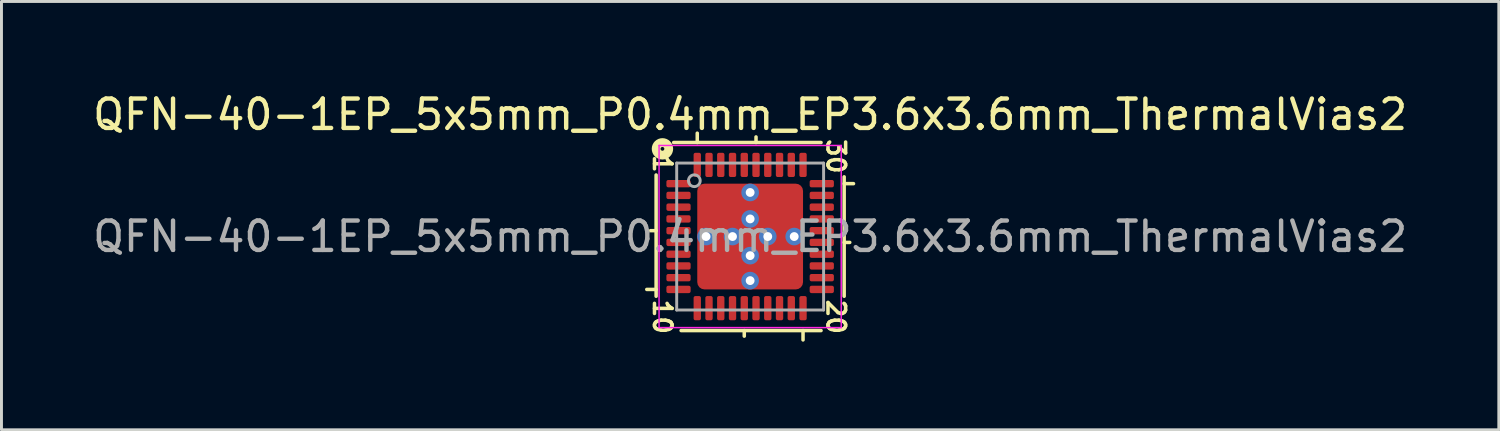
<source format=kicad_pcb>
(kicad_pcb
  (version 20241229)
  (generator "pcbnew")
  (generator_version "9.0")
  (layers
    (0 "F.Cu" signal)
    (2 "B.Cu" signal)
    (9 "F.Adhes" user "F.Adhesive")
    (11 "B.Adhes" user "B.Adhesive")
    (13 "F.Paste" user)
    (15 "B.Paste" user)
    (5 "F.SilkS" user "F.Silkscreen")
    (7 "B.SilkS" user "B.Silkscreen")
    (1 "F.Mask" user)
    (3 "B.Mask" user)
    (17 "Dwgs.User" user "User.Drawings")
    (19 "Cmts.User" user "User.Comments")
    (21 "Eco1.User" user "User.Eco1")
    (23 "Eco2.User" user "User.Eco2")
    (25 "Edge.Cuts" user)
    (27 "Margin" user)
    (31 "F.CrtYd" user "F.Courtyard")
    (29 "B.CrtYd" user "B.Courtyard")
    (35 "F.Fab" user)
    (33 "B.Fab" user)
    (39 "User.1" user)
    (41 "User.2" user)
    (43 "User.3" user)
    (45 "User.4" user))
  (footprint "QFN-40-1EP_5x5mm_P0.4mm_EP3.6x3.6mm_ThermalVias2"
    (layer "F.Cu")
    (at 22.482 5.001)
    (property "Reference" "QFN-40-1EP_5x5mm_P0.4mm_EP3.6x3.6mm_ThermalVias2" (at 0 -4.152 0) (layer "F.SilkS") (effects (font (size 1 1) (thickness 0.15))))
    (attr smd)
    (fp_line (start -3.2 -2.095) (end -3.2 2.032) (stroke (width 0.12) (type solid)) (layer "F.SilkS"))
    (fp_line (start -3.2 -0.2) (end -3.39 -0.2) (stroke (width 0.12) (type solid)) (layer "F.SilkS"))
    (fp_line (start -3.2 1.8) (end -3.518 1.8) (stroke (width 0.12) (type solid)) (layer "F.SilkS"))
    (fp_line (start -2.349 3.2) (end 2.413 3.2) (stroke (width 0.12) (type solid)) (layer "F.SilkS"))
    (fp_line (start -1.8 -3.2) (end -1.8 -3.518) (stroke (width 0.12) (type solid)) (layer "F.SilkS"))
    (fp_line (start -0.2 3.2) (end -0.2 3.39) (stroke (width 0.12) (type solid)) (layer "F.SilkS"))
    (fp_line (start 0.2 -3.2) (end 0.2 -3.39) (stroke (width 0.12) (type solid)) (layer "F.SilkS"))
    (fp_line (start 1.8 3.2) (end 1.8 3.518) (stroke (width 0.12) (type solid)) (layer "F.SilkS"))
    (fp_line (start 2.413 -3.2) (end -2.603 -3.2) (stroke (width 0.12) (type solid)) (layer "F.SilkS"))
    (fp_line (start 3.2 -1.8) (end 3.518 -1.8) (stroke (width 0.12) (type solid)) (layer "F.SilkS"))
    (fp_line (start 3.2 0.2) (end 3.39 0.2) (stroke (width 0.12) (type solid)) (layer "F.SilkS"))
    (fp_line (start 3.2 2.032) (end 3.2 -2.032) (stroke (width 0.12) (type solid)) (layer "F.SilkS"))
    (fp_circle (center -2.985 -2.985) (end -2.921 -2.985) (stroke (width 0.3) (type solid)) (fill no) (layer "F.SilkS"))
    (fp_line (start -3.1 -3.1) (end -3.1 3.1) (stroke (width 0.05) (type solid)) (layer "F.CrtYd"))
    (fp_line (start -3.1 3.1) (end 3.1 3.1) (stroke (width 0.05) (type solid)) (layer "F.CrtYd"))
    (fp_line (start 3.1 -3.1) (end -3.1 -3.1) (stroke (width 0.05) (type solid)) (layer "F.CrtYd"))
    (fp_line (start 3.1 3.1) (end 3.1 -3.1) (stroke (width 0.05) (type solid)) (layer "F.CrtYd"))
    (fp_line (start -2.5 -2.5) (end 2.5 -2.5) (stroke (width 0.1) (type solid)) (layer "F.Fab"))
    (fp_line (start -2.5 2.5) (end -2.5 -2.5) (stroke (width 0.1) (type solid)) (layer "F.Fab"))
    (fp_line (start 2.5 -2.5) (end 2.5 2.5) (stroke (width 0.1) (type solid)) (layer "F.Fab"))
    (fp_line (start 2.5 2.5) (end -2.5 2.5) (stroke (width 0.1) (type solid)) (layer "F.Fab"))
    (fp_circle (center -1.9 -1.9) (end -1.7 -1.9) (stroke (width 0.1) (type solid)) (fill no) (layer "F.Fab"))
    (fp_text user "20" (at 2.921 2.731 270) (unlocked yes) (layer "F.SilkS") (effects (font (size 0.6 0.6) (thickness 0.12))))
    (fp_text user "30" (at 2.921 -2.731 270) (unlocked yes) (layer "F.SilkS") (effects (font (size 0.6 0.6) (thickness 0.12))))
    (fp_text user "1" (at -2.985 -2.477 270) (unlocked yes) (layer "F.SilkS") (effects (font (size 0.6 0.6) (thickness 0.12))))
    (fp_text user "10" (at -2.985 2.731 270) (unlocked yes) (layer "F.SilkS") (effects (font (size 0.6 0.6) (thickness 0.12))))
    (fp_text user "${REFERENCE}" (at 0 0 0) (layer "F.Fab") (effects (font (size 1 1) (thickness 0.15))))
    (pad "" smd roundrect (at -1.35 -1.35) (size 0.5 0.5) (layers "F.Paste") (roundrect_rratio 0.25))
    (pad "" smd roundrect (at -1.35 -0.65) (size 0.5 0.5) (layers "F.Paste") (roundrect_rratio 0.25))
    (pad "" smd roundrect (at -1.35 0.65) (size 0.5 0.5) (layers "F.Paste") (roundrect_rratio 0.25))
    (pad "" smd roundrect (at -1.35 1.35) (size 0.5 0.5) (layers "F.Paste") (roundrect_rratio 0.25))
    (pad "" smd roundrect (at -1 -1) (size 1.4 1.4) (layers "F.Mask") (roundrect_rratio 0.179))
    (pad "" smd roundrect (at -1 1) (size 1.4 1.4) (layers "F.Mask") (roundrect_rratio 0.179))
    (pad "" smd roundrect (at -0.65 -1.35) (size 0.5 0.5) (layers "F.Paste") (roundrect_rratio 0.25))
    (pad "" smd roundrect (at -0.65 -0.65) (size 0.5 0.5) (layers "F.Paste") (roundrect_rratio 0.25))
    (pad "" smd roundrect (at -0.65 0.65) (size 0.5 0.5) (layers "F.Paste") (roundrect_rratio 0.25))
    (pad "" smd roundrect (at -0.65 1.35) (size 0.5 0.5) (layers "F.Paste") (roundrect_rratio 0.25))
    (pad "" smd roundrect (at 0.65 -1.35) (size 0.5 0.5) (layers "F.Paste") (roundrect_rratio 0.25))
    (pad "" smd roundrect (at 0.65 -0.65) (size 0.5 0.5) (layers "F.Paste") (roundrect_rratio 0.25))
    (pad "" smd roundrect (at 0.65 0.65) (size 0.5 0.5) (layers "F.Paste") (roundrect_rratio 0.25))
    (pad "" smd roundrect (at 0.65 1.35) (size 0.5 0.5) (layers "F.Paste") (roundrect_rratio 0.25))
    (pad "" smd roundrect (at 1 -1) (size 1.4 1.4) (layers "F.Mask") (roundrect_rratio 0.179))
    (pad "" smd roundrect (at 1 1) (size 1.4 1.4) (layers "F.Mask") (roundrect_rratio 0.179))
    (pad "" smd roundrect (at 1.35 -1.35) (size 0.5 0.5) (layers "F.Paste") (roundrect_rratio 0.25))
    (pad "" smd roundrect (at 1.35 -0.65) (size 0.5 0.5) (layers "F.Paste") (roundrect_rratio 0.25))
    (pad "" smd roundrect (at 1.35 0.65) (size 0.5 0.5) (layers "F.Paste") (roundrect_rratio 0.25))
    (pad "" smd roundrect (at 1.35 1.35) (size 0.5 0.5) (layers "F.Paste") (roundrect_rratio 0.25))
    (pad "1" smd roundrect (at -2.438 -1.8) (size 0.825 0.25) (layers "F.Cu" "F.Mask" "F.Paste") (roundrect_rratio 0.25))
    (pad "2" smd roundrect (at -2.438 -1.4) (size 0.825 0.25) (layers "F.Cu" "F.Mask" "F.Paste") (roundrect_rratio 0.25))
    (pad "3" smd roundrect (at -2.438 -1) (size 0.825 0.25) (layers "F.Cu" "F.Mask" "F.Paste") (roundrect_rratio 0.25))
    (pad "4" smd roundrect (at -2.438 -0.6) (size 0.825 0.25) (layers "F.Cu" "F.Mask" "F.Paste") (roundrect_rratio 0.25))
    (pad "5" smd roundrect (at -2.438 -0.2) (size 0.825 0.25) (layers "F.Cu" "F.Mask" "F.Paste") (roundrect_rratio 0.25))
    (pad "6" smd roundrect (at -2.438 0.2) (size 0.825 0.25) (layers "F.Cu" "F.Mask" "F.Paste") (roundrect_rratio 0.25))
    (pad "7" smd roundrect (at -2.438 0.6) (size 0.825 0.25) (layers "F.Cu" "F.Mask" "F.Paste") (roundrect_rratio 0.25))
    (pad "8" smd roundrect (at -2.438 1) (size 0.825 0.25) (layers "F.Cu" "F.Mask" "F.Paste") (roundrect_rratio 0.25))
    (pad "9" smd roundrect (at -2.438 1.4) (size 0.825 0.25) (layers "F.Cu" "F.Mask" "F.Paste") (roundrect_rratio 0.25))
    (pad "10" smd roundrect (at -2.438 1.8) (size 0.825 0.25) (layers "F.Cu" "F.Mask" "F.Paste") (roundrect_rratio 0.25))
    (pad "11" smd roundrect (at -1.8 2.438) (size 0.25 0.825) (layers "F.Cu" "F.Mask" "F.Paste") (roundrect_rratio 0.25))
    (pad "12" smd roundrect (at -1.4 2.438) (size 0.25 0.825) (layers "F.Cu" "F.Mask" "F.Paste") (roundrect_rratio 0.25))
    (pad "13" smd roundrect (at -1 2.438) (size 0.25 0.825) (layers "F.Cu" "F.Mask" "F.Paste") (roundrect_rratio 0.25))
    (pad "14" smd roundrect (at -0.6 2.438) (size 0.25 0.825) (layers "F.Cu" "F.Mask" "F.Paste") (roundrect_rratio 0.25))
    (pad "15" smd roundrect (at -0.2 2.438) (size 0.25 0.825) (layers "F.Cu" "F.Mask" "F.Paste") (roundrect_rratio 0.25))
    (pad "16" smd roundrect (at 0.2 2.438) (size 0.25 0.825) (layers "F.Cu" "F.Mask" "F.Paste") (roundrect_rratio 0.25))
    (pad "17" smd roundrect (at 0.6 2.438) (size 0.25 0.825) (layers "F.Cu" "F.Mask" "F.Paste") (roundrect_rratio 0.25))
    (pad "18" smd roundrect (at 1 2.438) (size 0.25 0.825) (layers "F.Cu" "F.Mask" "F.Paste") (roundrect_rratio 0.25))
    (pad "19" smd roundrect (at 1.4 2.438) (size 0.25 0.825) (layers "F.Cu" "F.Mask" "F.Paste") (roundrect_rratio 0.25))
    (pad "20" smd roundrect (at 1.8 2.438) (size 0.25 0.825) (layers "F.Cu" "F.Mask" "F.Paste") (roundrect_rratio 0.25))
    (pad "21" smd roundrect (at 2.438 1.8) (size 0.825 0.25) (layers "F.Cu" "F.Mask" "F.Paste") (roundrect_rratio 0.25))
    (pad "22" smd roundrect (at 2.438 1.4) (size 0.825 0.25) (layers "F.Cu" "F.Mask" "F.Paste") (roundrect_rratio 0.25))
    (pad "23" smd roundrect (at 2.438 1) (size 0.825 0.25) (layers "F.Cu" "F.Mask" "F.Paste") (roundrect_rratio 0.25))
    (pad "24" smd roundrect (at 2.438 0.6) (size 0.825 0.25) (layers "F.Cu" "F.Mask" "F.Paste") (roundrect_rratio 0.25))
    (pad "25" smd roundrect (at 2.438 0.2) (size 0.825 0.25) (layers "F.Cu" "F.Mask" "F.Paste") (roundrect_rratio 0.25))
    (pad "26" smd roundrect (at 2.438 -0.2) (size 0.825 0.25) (layers "F.Cu" "F.Mask" "F.Paste") (roundrect_rratio 0.25))
    (pad "27" smd roundrect (at 2.438 -0.6) (size 0.825 0.25) (layers "F.Cu" "F.Mask" "F.Paste") (roundrect_rratio 0.25))
    (pad "28" smd roundrect (at 2.438 -1) (size 0.825 0.25) (layers "F.Cu" "F.Mask" "F.Paste") (roundrect_rratio 0.25))
    (pad "29" smd roundrect (at 2.438 -1.4) (size 0.825 0.25) (layers "F.Cu" "F.Mask" "F.Paste") (roundrect_rratio 0.25))
    (pad "30" smd roundrect (at 2.438 -1.8) (size 0.825 0.25) (layers "F.Cu" "F.Mask" "F.Paste") (roundrect_rratio 0.25))
    (pad "31" smd roundrect (at 1.8 -2.438) (size 0.25 0.825) (layers "F.Cu" "F.Mask" "F.Paste") (roundrect_rratio 0.25))
    (pad "32" smd roundrect (at 1.4 -2.438) (size 0.25 0.825) (layers "F.Cu" "F.Mask" "F.Paste") (roundrect_rratio 0.25))
    (pad "33" smd roundrect (at 1 -2.438) (size 0.25 0.825) (layers "F.Cu" "F.Mask" "F.Paste") (roundrect_rratio 0.25))
    (pad "34" smd roundrect (at 0.6 -2.438) (size 0.25 0.825) (layers "F.Cu" "F.Mask" "F.Paste") (roundrect_rratio 0.25))
    (pad "35" smd roundrect (at 0.2 -2.438) (size 0.25 0.825) (layers "F.Cu" "F.Mask" "F.Paste") (roundrect_rratio 0.25))
    (pad "36" smd roundrect (at -0.2 -2.438) (size 0.25 0.825) (layers "F.Cu" "F.Mask" "F.Paste") (roundrect_rratio 0.25))
    (pad "37" smd roundrect (at -0.6 -2.438) (size 0.25 0.825) (layers "F.Cu" "F.Mask" "F.Paste") (roundrect_rratio 0.25))
    (pad "38" smd roundrect (at -1 -2.438) (size 0.25 0.825) (layers "F.Cu" "F.Mask" "F.Paste") (roundrect_rratio 0.25))
    (pad "39" smd roundrect (at -1.4 -2.438) (size 0.25 0.825) (layers "F.Cu" "F.Mask" "F.Paste") (roundrect_rratio 0.25))
    (pad "40" smd roundrect (at -1.8 -2.438) (size 0.25 0.825) (layers "F.Cu" "F.Mask" "F.Paste") (roundrect_rratio 0.25))
    (pad "41" thru_hole circle (at -1.5 0) (size 0.6 0.6) (drill 0.3) (property pad_prop_heatsink) (layers "*.Cu" "*.Mask"))
    (pad "41" thru_hole circle (at -0.6 0) (size 0.6 0.6) (drill 0.3) (property pad_prop_heatsink) (layers "*.Cu" "*.Mask"))
    (pad "41" thru_hole circle (at 0 -1.5) (size 0.6 0.6) (drill 0.3) (property pad_prop_heatsink) (layers "*.Cu" "*.Mask"))
    (pad "41" thru_hole circle (at 0 -0.6) (size 0.6 0.6) (drill 0.3) (property pad_prop_heatsink) (layers "*.Cu" "*.Mask"))
    (pad "41" smd roundrect (at 0 0) (size 3.6 3.6) (layers "F.Cu") (roundrect_rratio 0.069))
    (pad "41" thru_hole circle (at 0 0.65) (size 0.6 0.6) (drill 0.3) (property pad_prop_heatsink) (layers "*.Cu" "*.Mask"))
    (pad "41" thru_hole circle (at 0 1.5) (size 0.6 0.6) (drill 0.3) (property pad_prop_heatsink) (layers "*.Cu" "*.Mask"))
    (pad "41" thru_hole circle (at 0.6 0) (size 0.6 0.6) (drill 0.3) (property pad_prop_heatsink) (layers "*.Cu" "*.Mask"))
    (pad "41" thru_hole circle (at 1.5 0) (size 0.6 0.6) (drill 0.3) (property pad_prop_heatsink) (layers "*.Cu" "*.Mask")))
  (gr_rect
    (start -3 -3)
    (end 47.964 11.578)
    (stroke (width 0.1) (type default))
    (fill no)
    (layer "Edge.Cuts")))
</source>
